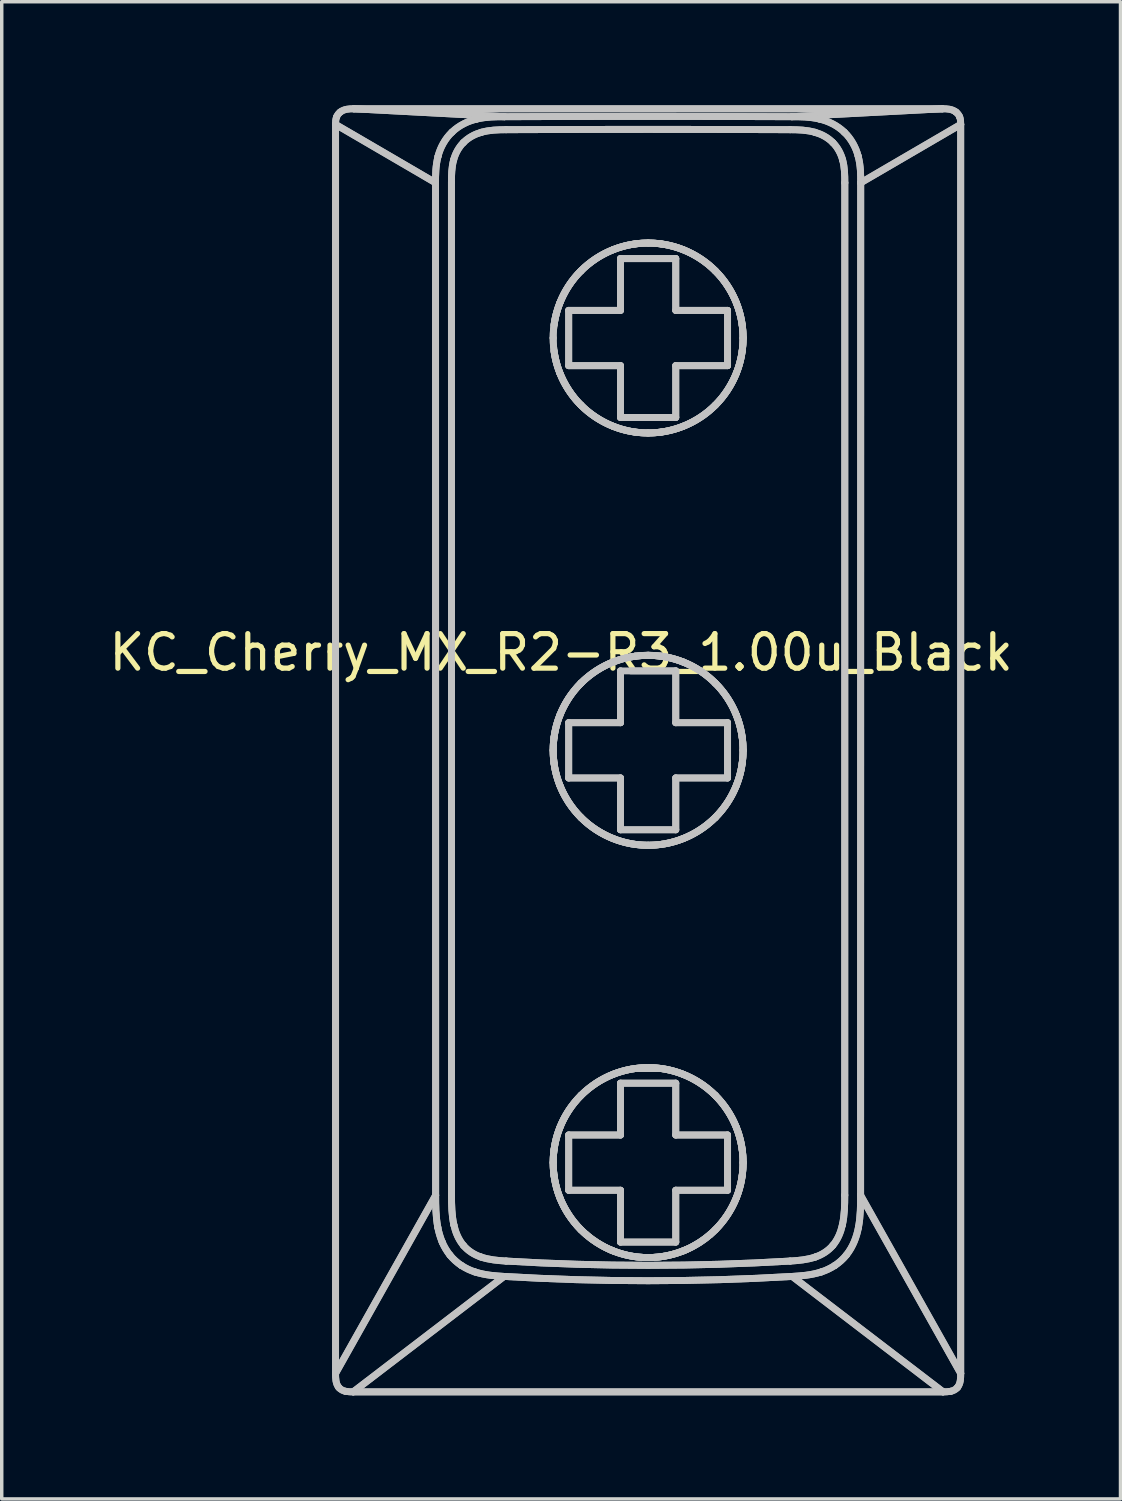
<source format=kicad_pcb>
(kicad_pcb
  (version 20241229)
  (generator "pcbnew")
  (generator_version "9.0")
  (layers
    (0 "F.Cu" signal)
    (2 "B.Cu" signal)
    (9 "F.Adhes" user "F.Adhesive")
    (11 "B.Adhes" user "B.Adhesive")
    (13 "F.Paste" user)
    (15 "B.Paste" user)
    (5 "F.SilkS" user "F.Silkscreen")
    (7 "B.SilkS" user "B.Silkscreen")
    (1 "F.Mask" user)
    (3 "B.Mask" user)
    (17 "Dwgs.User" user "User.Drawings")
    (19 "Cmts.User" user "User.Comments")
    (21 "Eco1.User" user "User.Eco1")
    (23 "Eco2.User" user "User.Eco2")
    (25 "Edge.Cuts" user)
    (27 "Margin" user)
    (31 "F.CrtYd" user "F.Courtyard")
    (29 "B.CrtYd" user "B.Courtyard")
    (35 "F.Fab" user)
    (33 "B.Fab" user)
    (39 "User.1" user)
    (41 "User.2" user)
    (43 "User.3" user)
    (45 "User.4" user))
  (footprint "KC_Cherry_MX_R2-R3_1.00u_Black"
    (layer "F.Cu")
    (at 15.736 18.635)
    (property "Reference" "KC_Cherry_MX_R2-R3_1.00u_Black" (at -2.54 -2.794 0) (layer "F.SilkS") (effects (font (size 1 1) (thickness 0.15))))
    (attr allow_missing_courtyard)
    (fp_line (start -9.07 -18.082) (end -9.07 18.081) (stroke (width 0.2) (type default)) (layer "Dwgs.User"))
    (fp_line (start -9.07 -18.082) (end -9.07 18.081) (stroke (width 0.2) (type default)) (layer "Dwgs.User"))
    (fp_line (start -9.07 -18.082) (end -6.175 -16.393) (stroke (width 0.2) (type default)) (layer "Dwgs.User"))
    (fp_line (start -9.07 -18.082) (end -6.175 -16.393) (stroke (width 0.2) (type default)) (layer "Dwgs.User"))
    (fp_line (start -9.07 18.081) (end -6.172 12.923) (stroke (width 0.2) (type default)) (layer "Dwgs.User"))
    (fp_line (start -9.07 18.081) (end -6.172 12.923) (stroke (width 0.2) (type default)) (layer "Dwgs.User"))
    (fp_line (start -8.56 18.615) (end -4.192 15.273) (stroke (width 0.2) (type default)) (layer "Dwgs.User"))
    (fp_line (start -8.56 18.615) (end -4.192 15.273) (stroke (width 0.2) (type default)) (layer "Dwgs.User"))
    (fp_line (start -8.56 18.615) (end 8.52 18.615) (stroke (width 0.2) (type default)) (layer "Dwgs.User"))
    (fp_line (start -8.56 18.615) (end 8.52 18.615) (stroke (width 0.2) (type default)) (layer "Dwgs.User"))
    (fp_line (start -8.539 -18.535) (end -4.181 -18.306) (stroke (width 0.2) (type default)) (layer "Dwgs.User"))
    (fp_line (start -8.539 -18.535) (end -4.181 -18.306) (stroke (width 0.2) (type default)) (layer "Dwgs.User"))
    (fp_line (start -6.172 12.923) (end -6.175 -16.393) (stroke (width 0.2) (type default)) (layer "Dwgs.User"))
    (fp_line (start -6.172 12.923) (end -6.175 -16.393) (stroke (width 0.2) (type default)) (layer "Dwgs.User"))
    (fp_line (start -5.713 12.921) (end -5.715 -16.395) (stroke (width 0.2) (type default)) (layer "Dwgs.User"))
    (fp_line (start -5.713 12.921) (end -5.715 -16.395) (stroke (width 0.2) (type default)) (layer "Dwgs.User"))
    (fp_line (start -2.32 -12.698) (end -0.82 -12.698) (stroke (width 0.2) (type default)) (layer "Dwgs.User"))
    (fp_line (start -2.32 -12.698) (end -0.82 -12.698) (stroke (width 0.2) (type default)) (layer "Dwgs.User"))
    (fp_line (start -2.32 -11.098) (end -2.32 -12.698) (stroke (width 0.2) (type default)) (layer "Dwgs.User"))
    (fp_line (start -2.32 -11.098) (end -2.32 -12.698) (stroke (width 0.2) (type default)) (layer "Dwgs.User"))
    (fp_line (start -2.32 -0.76) (end -0.82 -0.76) (stroke (width 0.2) (type default)) (layer "Dwgs.User"))
    (fp_line (start -2.32 -0.76) (end -0.82 -0.76) (stroke (width 0.2) (type default)) (layer "Dwgs.User"))
    (fp_line (start -2.32 0.84) (end -2.32 -0.76) (stroke (width 0.2) (type default)) (layer "Dwgs.User"))
    (fp_line (start -2.32 0.84) (end -2.32 -0.76) (stroke (width 0.2) (type default)) (layer "Dwgs.User"))
    (fp_line (start -2.32 11.178) (end -0.82 11.178) (stroke (width 0.2) (type default)) (layer "Dwgs.User"))
    (fp_line (start -2.32 11.178) (end -0.82 11.178) (stroke (width 0.2) (type default)) (layer "Dwgs.User"))
    (fp_line (start -2.32 12.778) (end -2.32 11.178) (stroke (width 0.2) (type default)) (layer "Dwgs.User"))
    (fp_line (start -2.32 12.778) (end -2.32 11.178) (stroke (width 0.2) (type default)) (layer "Dwgs.User"))
    (fp_line (start -0.82 -14.198) (end 0.78 -14.198) (stroke (width 0.2) (type default)) (layer "Dwgs.User"))
    (fp_line (start -0.82 -14.198) (end 0.78 -14.198) (stroke (width 0.2) (type default)) (layer "Dwgs.User"))
    (fp_line (start -0.82 -12.698) (end -0.82 -14.198) (stroke (width 0.2) (type default)) (layer "Dwgs.User"))
    (fp_line (start -0.82 -12.698) (end -0.82 -14.198) (stroke (width 0.2) (type default)) (layer "Dwgs.User"))
    (fp_line (start -0.82 -11.098) (end -2.32 -11.098) (stroke (width 0.2) (type default)) (layer "Dwgs.User"))
    (fp_line (start -0.82 -11.098) (end -2.32 -11.098) (stroke (width 0.2) (type default)) (layer "Dwgs.User"))
    (fp_line (start -0.82 -9.598) (end -0.82 -11.098) (stroke (width 0.2) (type default)) (layer "Dwgs.User"))
    (fp_line (start -0.82 -9.598) (end -0.82 -11.098) (stroke (width 0.2) (type default)) (layer "Dwgs.User"))
    (fp_line (start -0.82 -2.26) (end 0.78 -2.26) (stroke (width 0.2) (type default)) (layer "Dwgs.User"))
    (fp_line (start -0.82 -0.76) (end -0.82 -2.26) (stroke (width 0.2) (type default)) (layer "Dwgs.User"))
    (fp_line (start -0.82 -0.76) (end -0.82 -2.26) (stroke (width 0.2) (type default)) (layer "Dwgs.User"))
    (fp_line (start -0.82 0.84) (end -2.32 0.84) (stroke (width 0.2) (type default)) (layer "Dwgs.User"))
    (fp_line (start -0.82 0.84) (end -2.32 0.84) (stroke (width 0.2) (type default)) (layer "Dwgs.User"))
    (fp_line (start -0.82 2.34) (end -0.82 0.84) (stroke (width 0.2) (type default)) (layer "Dwgs.User"))
    (fp_line (start -0.82 2.34) (end -0.82 0.84) (stroke (width 0.2) (type default)) (layer "Dwgs.User"))
    (fp_line (start -0.82 9.678) (end 0.78 9.678) (stroke (width 0.2) (type default)) (layer "Dwgs.User"))
    (fp_line (start -0.82 9.678) (end 0.78 9.678) (stroke (width 0.2) (type default)) (layer "Dwgs.User"))
    (fp_line (start -0.82 11.178) (end -0.82 9.678) (stroke (width 0.2) (type default)) (layer "Dwgs.User"))
    (fp_line (start -0.82 11.178) (end -0.82 9.678) (stroke (width 0.2) (type default)) (layer "Dwgs.User"))
    (fp_line (start -0.82 12.778) (end -2.32 12.778) (stroke (width 0.2) (type default)) (layer "Dwgs.User"))
    (fp_line (start -0.82 12.778) (end -2.32 12.778) (stroke (width 0.2) (type default)) (layer "Dwgs.User"))
    (fp_line (start -0.82 14.278) (end -0.82 12.778) (stroke (width 0.2) (type default)) (layer "Dwgs.User"))
    (fp_line (start -0.82 14.278) (end -0.82 12.778) (stroke (width 0.2) (type default)) (layer "Dwgs.User"))
    (fp_line (start -0.52 -2.26) (end 0.78 -2.26) (stroke (width 0.2) (type default)) (layer "Dwgs.User"))
    (fp_line (start -0.395 9.253) (end 0.355 9.253) (stroke (width 0.2) (type default)) (layer "Dwgs.User"))
    (fp_line (start 0.78 -14.198) (end 0.78 -12.698) (stroke (width 0.2) (type default)) (layer "Dwgs.User"))
    (fp_line (start 0.78 -14.198) (end 0.78 -12.698) (stroke (width 0.2) (type default)) (layer "Dwgs.User"))
    (fp_line (start 0.78 -12.698) (end 2.28 -12.698) (stroke (width 0.2) (type default)) (layer "Dwgs.User"))
    (fp_line (start 0.78 -12.698) (end 2.28 -12.698) (stroke (width 0.2) (type default)) (layer "Dwgs.User"))
    (fp_line (start 0.78 -11.098) (end 0.78 -9.598) (stroke (width 0.2) (type default)) (layer "Dwgs.User"))
    (fp_line (start 0.78 -11.098) (end 0.78 -9.598) (stroke (width 0.2) (type default)) (layer "Dwgs.User"))
    (fp_line (start 0.78 -9.598) (end -0.82 -9.598) (stroke (width 0.2) (type default)) (layer "Dwgs.User"))
    (fp_line (start 0.78 -9.598) (end -0.82 -9.598) (stroke (width 0.2) (type default)) (layer "Dwgs.User"))
    (fp_line (start 0.78 -2.26) (end 0.78 -0.76) (stroke (width 0.2) (type default)) (layer "Dwgs.User"))
    (fp_line (start 0.78 -2.26) (end 0.78 -0.76) (stroke (width 0.2) (type default)) (layer "Dwgs.User"))
    (fp_line (start 0.78 -0.76) (end 2.28 -0.76) (stroke (width 0.2) (type default)) (layer "Dwgs.User"))
    (fp_line (start 0.78 -0.76) (end 2.28 -0.76) (stroke (width 0.2) (type default)) (layer "Dwgs.User"))
    (fp_line (start 0.78 0.84) (end 0.78 2.34) (stroke (width 0.2) (type default)) (layer "Dwgs.User"))
    (fp_line (start 0.78 0.84) (end 0.78 2.34) (stroke (width 0.2) (type default)) (layer "Dwgs.User"))
    (fp_line (start 0.78 2.34) (end -0.82 2.34) (stroke (width 0.2) (type default)) (layer "Dwgs.User"))
    (fp_line (start 0.78 2.34) (end -0.82 2.34) (stroke (width 0.2) (type default)) (layer "Dwgs.User"))
    (fp_line (start 0.78 9.678) (end 0.78 11.178) (stroke (width 0.2) (type default)) (layer "Dwgs.User"))
    (fp_line (start 0.78 9.678) (end 0.78 11.178) (stroke (width 0.2) (type default)) (layer "Dwgs.User"))
    (fp_line (start 0.78 11.178) (end 2.28 11.178) (stroke (width 0.2) (type default)) (layer "Dwgs.User"))
    (fp_line (start 0.78 11.178) (end 2.28 11.178) (stroke (width 0.2) (type default)) (layer "Dwgs.User"))
    (fp_line (start 0.78 12.778) (end 0.78 14.278) (stroke (width 0.2) (type default)) (layer "Dwgs.User"))
    (fp_line (start 0.78 12.778) (end 0.78 14.278) (stroke (width 0.2) (type default)) (layer "Dwgs.User"))
    (fp_line (start 0.78 14.278) (end -0.82 14.278) (stroke (width 0.2) (type default)) (layer "Dwgs.User"))
    (fp_line (start 0.78 14.278) (end -0.82 14.278) (stroke (width 0.2) (type default)) (layer "Dwgs.User"))
    (fp_line (start 2.28 -12.698) (end 2.28 -11.098) (stroke (width 0.2) (type default)) (layer "Dwgs.User"))
    (fp_line (start 2.28 -12.698) (end 2.28 -11.098) (stroke (width 0.2) (type default)) (layer "Dwgs.User"))
    (fp_line (start 2.28 -11.098) (end 0.78 -11.098) (stroke (width 0.2) (type default)) (layer "Dwgs.User"))
    (fp_line (start 2.28 -11.098) (end 0.78 -11.098) (stroke (width 0.2) (type default)) (layer "Dwgs.User"))
    (fp_line (start 2.28 -0.76) (end 2.28 0.84) (stroke (width 0.2) (type default)) (layer "Dwgs.User"))
    (fp_line (start 2.28 -0.76) (end 2.28 0.84) (stroke (width 0.2) (type default)) (layer "Dwgs.User"))
    (fp_line (start 2.28 0.84) (end 0.78 0.84) (stroke (width 0.2) (type default)) (layer "Dwgs.User"))
    (fp_line (start 2.28 0.84) (end 0.78 0.84) (stroke (width 0.2) (type default)) (layer "Dwgs.User"))
    (fp_line (start 2.28 11.178) (end 2.28 12.778) (stroke (width 0.2) (type default)) (layer "Dwgs.User"))
    (fp_line (start 2.28 11.178) (end 2.28 12.778) (stroke (width 0.2) (type default)) (layer "Dwgs.User"))
    (fp_line (start 2.28 12.778) (end 0.78 12.778) (stroke (width 0.2) (type default)) (layer "Dwgs.User"))
    (fp_line (start 2.28 12.778) (end 0.78 12.778) (stroke (width 0.2) (type default)) (layer "Dwgs.User"))
    (fp_line (start 4.152 15.273) (end 8.52 18.615) (stroke (width 0.2) (type default)) (layer "Dwgs.User"))
    (fp_line (start 4.152 15.273) (end 8.52 18.615) (stroke (width 0.2) (type default)) (layer "Dwgs.User"))
    (fp_line (start 5.675 -16.395) (end 5.673 12.921) (stroke (width 0.2) (type default)) (layer "Dwgs.User"))
    (fp_line (start 5.675 -16.395) (end 5.673 12.921) (stroke (width 0.2) (type default)) (layer "Dwgs.User"))
    (fp_line (start 6.132 12.923) (end 9.03 18.081) (stroke (width 0.2) (type default)) (layer "Dwgs.User"))
    (fp_line (start 6.132 12.923) (end 9.03 18.081) (stroke (width 0.2) (type default)) (layer "Dwgs.User"))
    (fp_line (start 6.135 -16.393) (end 6.132 12.923) (stroke (width 0.2) (type default)) (layer "Dwgs.User"))
    (fp_line (start 6.135 -16.393) (end 6.132 12.923) (stroke (width 0.2) (type default)) (layer "Dwgs.User"))
    (fp_line (start 8.499 -18.535) (end -8.539 -18.535) (stroke (width 0.2) (type default)) (layer "Dwgs.User"))
    (fp_line (start 8.499 -18.535) (end -8.539 -18.535) (stroke (width 0.2) (type default)) (layer "Dwgs.User"))
    (fp_line (start 8.499 -18.535) (end 4.141 -18.306) (stroke (width 0.2) (type default)) (layer "Dwgs.User"))
    (fp_line (start 8.499 -18.535) (end 4.141 -18.306) (stroke (width 0.2) (type default)) (layer "Dwgs.User"))
    (fp_line (start 9.03 -18.082) (end 6.135 -16.393) (stroke (width 0.2) (type default)) (layer "Dwgs.User"))
    (fp_line (start 9.03 -18.082) (end 6.135 -16.393) (stroke (width 0.2) (type default)) (layer "Dwgs.User"))
    (fp_line (start 9.03 18.081) (end 9.03 -18.082) (stroke (width 0.2) (type default)) (layer "Dwgs.User"))
    (fp_line (start 9.03 18.081) (end 9.03 -18.082) (stroke (width 0.2) (type default)) (layer "Dwgs.User"))
    (fp_curve (pts (xy -9.07 18.081) (xy -9.07 18.22) (xy -9.069 18.374) (xy -8.977 18.487)) (stroke (width 0.2) (type default)) (layer "Dwgs.User"))
    (fp_curve (pts (xy -9.07 18.081) (xy -9.07 18.22) (xy -9.069 18.374) (xy -8.977 18.487)) (stroke (width 0.2) (type default)) (layer "Dwgs.User"))
    (fp_curve (pts (xy -9.04 -18.3) (xy -9.068 -18.231) (xy -9.071 -18.155) (xy -9.07 -18.082)) (stroke (width 0.2) (type default)) (layer "Dwgs.User"))
    (fp_curve (pts (xy -9.04 -18.3) (xy -9.068 -18.231) (xy -9.071 -18.155) (xy -9.07 -18.082)) (stroke (width 0.2) (type default)) (layer "Dwgs.User"))
    (fp_curve (pts (xy -8.977 18.487) (xy -8.927 18.548) (xy -8.853 18.584) (xy -8.777 18.6)) (stroke (width 0.2) (type default)) (layer "Dwgs.User"))
    (fp_curve (pts (xy -8.977 18.487) (xy -8.927 18.548) (xy -8.853 18.584) (xy -8.777 18.6)) (stroke (width 0.2) (type default)) (layer "Dwgs.User"))
    (fp_curve (pts (xy -8.934 -18.44) (xy -8.982 -18.403) (xy -9.017 -18.356) (xy -9.04 -18.3)) (stroke (width 0.2) (type default)) (layer "Dwgs.User"))
    (fp_curve (pts (xy -8.934 -18.44) (xy -8.982 -18.403) (xy -9.017 -18.356) (xy -9.04 -18.3)) (stroke (width 0.2) (type default)) (layer "Dwgs.User"))
    (fp_curve (pts (xy -8.777 18.6) (xy -8.705 18.612) (xy -8.633 18.617) (xy -8.56 18.615)) (stroke (width 0.2) (type default)) (layer "Dwgs.User"))
    (fp_curve (pts (xy -8.777 18.6) (xy -8.705 18.612) (xy -8.633 18.617) (xy -8.56 18.615)) (stroke (width 0.2) (type default)) (layer "Dwgs.User"))
    (fp_curve (pts (xy -8.539 -18.535) (xy -8.675 -18.537) (xy -8.823 -18.528) (xy -8.934 -18.44)) (stroke (width 0.2) (type default)) (layer "Dwgs.User"))
    (fp_curve (pts (xy -8.539 -18.535) (xy -8.675 -18.537) (xy -8.823 -18.528) (xy -8.934 -18.44)) (stroke (width 0.2) (type default)) (layer "Dwgs.User"))
    (fp_curve (pts (xy -6.175 -16.393) (xy -6.175 -16.614) (xy -6.177 -16.877) (xy -6.102 -17.162)) (stroke (width 0.2) (type default)) (layer "Dwgs.User"))
    (fp_curve (pts (xy -6.175 -16.393) (xy -6.175 -16.614) (xy -6.177 -16.877) (xy -6.102 -17.162)) (stroke (width 0.2) (type default)) (layer "Dwgs.User"))
    (fp_curve (pts (xy -6.109 13.856) (xy -6.173 13.52) (xy -6.171 13.211) (xy -6.172 12.923)) (stroke (width 0.2) (type default)) (layer "Dwgs.User"))
    (fp_curve (pts (xy -6.109 13.856) (xy -6.173 13.52) (xy -6.171 13.211) (xy -6.172 12.923)) (stroke (width 0.2) (type default)) (layer "Dwgs.User"))
    (fp_curve (pts (xy -6.102 -17.162) (xy -6.038 -17.411) (xy -5.9 -17.669) (xy -5.7 -17.858)) (stroke (width 0.2) (type default)) (layer "Dwgs.User"))
    (fp_curve (pts (xy -6.102 -17.162) (xy -6.038 -17.411) (xy -5.9 -17.669) (xy -5.7 -17.858)) (stroke (width 0.2) (type default)) (layer "Dwgs.User"))
    (fp_curve (pts (xy -5.982 14.28) (xy -6.041 14.136) (xy -6.083 13.994) (xy -6.109 13.856)) (stroke (width 0.2) (type default)) (layer "Dwgs.User"))
    (fp_curve (pts (xy -5.982 14.28) (xy -6.041 14.136) (xy -6.083 13.994) (xy -6.109 13.856)) (stroke (width 0.2) (type default)) (layer "Dwgs.User"))
    (fp_curve (pts (xy -5.757 14.657) (xy -5.853 14.536) (xy -5.927 14.41) (xy -5.982 14.28)) (stroke (width 0.2) (type default)) (layer "Dwgs.User"))
    (fp_curve (pts (xy -5.757 14.657) (xy -5.853 14.536) (xy -5.927 14.41) (xy -5.982 14.28)) (stroke (width 0.2) (type default)) (layer "Dwgs.User"))
    (fp_curve (pts (xy -5.715 -16.395) (xy -5.715 -16.617) (xy -5.71 -16.842) (xy -5.651 -17.056)) (stroke (width 0.2) (type default)) (layer "Dwgs.User"))
    (fp_curve (pts (xy -5.715 -16.395) (xy -5.715 -16.617) (xy -5.71 -16.842) (xy -5.651 -17.056)) (stroke (width 0.2) (type default)) (layer "Dwgs.User"))
    (fp_curve (pts (xy -5.7 -17.858) (xy -5.492 -18.059) (xy -5.234 -18.178) (xy -4.991 -18.236)) (stroke (width 0.2) (type default)) (layer "Dwgs.User"))
    (fp_curve (pts (xy -5.7 -17.858) (xy -5.492 -18.059) (xy -5.234 -18.178) (xy -4.991 -18.236)) (stroke (width 0.2) (type default)) (layer "Dwgs.User"))
    (fp_curve (pts (xy -5.651 -17.056) (xy -5.6 -17.244) (xy -5.504 -17.42) (xy -5.369 -17.556)) (stroke (width 0.2) (type default)) (layer "Dwgs.User"))
    (fp_curve (pts (xy -5.651 -17.056) (xy -5.6 -17.244) (xy -5.504 -17.42) (xy -5.369 -17.556)) (stroke (width 0.2) (type default)) (layer "Dwgs.User"))
    (fp_curve (pts (xy -5.645 13.779) (xy -5.707 13.498) (xy -5.713 13.208) (xy -5.713 12.921)) (stroke (width 0.2) (type default)) (layer "Dwgs.User"))
    (fp_curve (pts (xy -5.645 13.779) (xy -5.707 13.498) (xy -5.713 13.208) (xy -5.713 12.921)) (stroke (width 0.2) (type default)) (layer "Dwgs.User"))
    (fp_curve (pts (xy -5.428 14.955) (xy -5.55 14.875) (xy -5.665 14.771) (xy -5.757 14.657)) (stroke (width 0.2) (type default)) (layer "Dwgs.User"))
    (fp_curve (pts (xy -5.428 14.955) (xy -5.55 14.875) (xy -5.665 14.771) (xy -5.757 14.657)) (stroke (width 0.2) (type default)) (layer "Dwgs.User"))
    (fp_curve (pts (xy -5.369 -17.556) (xy -5.226 -17.701) (xy -5.044 -17.799) (xy -4.851 -17.854)) (stroke (width 0.2) (type default)) (layer "Dwgs.User"))
    (fp_curve (pts (xy -5.369 -17.556) (xy -5.226 -17.701) (xy -5.044 -17.799) (xy -4.851 -17.854)) (stroke (width 0.2) (type default)) (layer "Dwgs.User"))
    (fp_curve (pts (xy -5.366 14.377) (xy -5.51 14.208) (xy -5.597 13.996) (xy -5.645 13.779)) (stroke (width 0.2) (type default)) (layer "Dwgs.User"))
    (fp_curve (pts (xy -5.366 14.377) (xy -5.51 14.208) (xy -5.597 13.996) (xy -5.645 13.779)) (stroke (width 0.2) (type default)) (layer "Dwgs.User"))
    (fp_curve (pts (xy -5.034 15.143) (xy -5.166 15.101) (xy -5.298 15.039) (xy -5.428 14.955)) (stroke (width 0.2) (type default)) (layer "Dwgs.User"))
    (fp_curve (pts (xy -5.034 15.143) (xy -5.166 15.101) (xy -5.298 15.039) (xy -5.428 14.955)) (stroke (width 0.2) (type default)) (layer "Dwgs.User"))
    (fp_curve (pts (xy -4.991 -18.236) (xy -4.698 -18.307) (xy -4.424 -18.305) (xy -4.181 -18.306)) (stroke (width 0.2) (type default)) (layer "Dwgs.User"))
    (fp_curve (pts (xy -4.991 -18.236) (xy -4.698 -18.307) (xy -4.424 -18.305) (xy -4.181 -18.306)) (stroke (width 0.2) (type default)) (layer "Dwgs.User"))
    (fp_curve (pts (xy -4.863 14.71) (xy -5.055 14.645) (xy -5.234 14.533) (xy -5.366 14.377)) (stroke (width 0.2) (type default)) (layer "Dwgs.User"))
    (fp_curve (pts (xy -4.863 14.71) (xy -5.055 14.645) (xy -5.234 14.533) (xy -5.366 14.377)) (stroke (width 0.2) (type default)) (layer "Dwgs.User"))
    (fp_curve (pts (xy -4.851 -17.854) (xy -4.619 -17.921) (xy -4.375 -17.929) (xy -4.134 -17.93)) (stroke (width 0.2) (type default)) (layer "Dwgs.User"))
    (fp_curve (pts (xy -4.851 -17.854) (xy -4.619 -17.921) (xy -4.375 -17.929) (xy -4.134 -17.93)) (stroke (width 0.2) (type default)) (layer "Dwgs.User"))
    (fp_curve (pts (xy -4.192 15.273) (xy -4.443 15.256) (xy -4.724 15.242) (xy -5.034 15.143)) (stroke (width 0.2) (type default)) (layer "Dwgs.User"))
    (fp_curve (pts (xy -4.192 15.273) (xy -4.443 15.256) (xy -4.724 15.242) (xy -5.034 15.143)) (stroke (width 0.2) (type default)) (layer "Dwgs.User"))
    (fp_curve (pts (xy -4.181 -18.306) (xy -1.421 -18.318) (xy 1.381 -18.318) (xy 4.141 -18.306)) (stroke (width 0.2) (type default)) (layer "Dwgs.User"))
    (fp_curve (pts (xy -4.181 -18.306) (xy -1.421 -18.318) (xy 1.381 -18.318) (xy 4.141 -18.306)) (stroke (width 0.2) (type default)) (layer "Dwgs.User"))
    (fp_curve (pts (xy -4.134 -17.93) (xy -1.405 -17.942) (xy 1.365 -17.942) (xy 4.094 -17.93)) (stroke (width 0.2) (type default)) (layer "Dwgs.User"))
    (fp_curve (pts (xy -4.134 -17.93) (xy -1.405 -17.942) (xy 1.365 -17.942) (xy 4.094 -17.93)) (stroke (width 0.2) (type default)) (layer "Dwgs.User"))
    (fp_curve (pts (xy -4.131 14.828) (xy -4.379 14.813) (xy -4.628 14.791) (xy -4.863 14.71)) (stroke (width 0.2) (type default)) (layer "Dwgs.User"))
    (fp_curve (pts (xy -4.131 14.828) (xy -4.379 14.813) (xy -4.628 14.791) (xy -4.863 14.71)) (stroke (width 0.2) (type default)) (layer "Dwgs.User"))
    (fp_curve (pts (xy -2.77 -11.899) (xy -2.77 -11.575) (xy -2.711 -11.225) (xy -2.577 -10.886)) (stroke (width 0.2) (type default)) (layer "Dwgs.User"))
    (fp_curve (pts (xy -2.77 -11.899) (xy -2.77 -11.575) (xy -2.711 -11.225) (xy -2.577 -10.886)) (stroke (width 0.2) (type default)) (layer "Dwgs.User"))
    (fp_curve (pts (xy -2.77 0.039) (xy -2.77 0.363) (xy -2.711 0.713) (xy -2.577 1.052)) (stroke (width 0.2) (type default)) (layer "Dwgs.User"))
    (fp_curve (pts (xy -2.77 0.039) (xy -2.77 0.363) (xy -2.711 0.713) (xy -2.577 1.052)) (stroke (width 0.2) (type default)) (layer "Dwgs.User"))
    (fp_curve (pts (xy -2.77 11.977) (xy -2.77 12.301) (xy -2.711 12.651) (xy -2.577 12.99)) (stroke (width 0.2) (type default)) (layer "Dwgs.User"))
    (fp_curve (pts (xy -2.77 11.977) (xy -2.77 12.301) (xy -2.711 12.651) (xy -2.577 12.99)) (stroke (width 0.2) (type default)) (layer "Dwgs.User"))
    (fp_curve (pts (xy -2.744 0.414) (xy -2.665 1.003) (xy -2.386 1.564) (xy -1.965 1.984)) (stroke (width 0.2) (type default)) (layer "Dwgs.User"))
    (fp_curve (pts (xy -2.744 0.414) (xy -2.665 1.003) (xy -2.386 1.564) (xy -1.965 1.984)) (stroke (width 0.2) (type default)) (layer "Dwgs.User"))
    (fp_curve (pts (xy -2.744 -12.274) (xy -2.664 -12.863) (xy -2.386 -13.424) (xy -1.965 -13.843)) (stroke (width 0.2) (type default)) (layer "Dwgs.User"))
    (fp_curve (pts (xy -2.744 -12.274) (xy -2.664 -12.863) (xy -2.386 -13.424) (xy -1.965 -13.843)) (stroke (width 0.2) (type default)) (layer "Dwgs.User"))
    (fp_curve (pts (xy -2.744 -0.336) (xy -2.779 -0.086) (xy -2.779 0.164) (xy -2.744 0.414)) (stroke (width 0.2) (type default)) (layer "Dwgs.User"))
    (fp_curve (pts (xy -2.744 -0.336) (xy -2.779 -0.086) (xy -2.779 0.164) (xy -2.744 0.414)) (stroke (width 0.2) (type default)) (layer "Dwgs.User"))
    (fp_curve (pts (xy -2.744 11.602) (xy -2.779 11.852) (xy -2.779 12.102) (xy -2.744 12.352)) (stroke (width 0.2) (type default)) (layer "Dwgs.User"))
    (fp_curve (pts (xy -2.744 11.602) (xy -2.779 11.852) (xy -2.779 12.102) (xy -2.744 12.352)) (stroke (width 0.2) (type default)) (layer "Dwgs.User"))
    (fp_curve (pts (xy -2.744 11.602) (xy -2.664 11.013) (xy -2.386 10.452) (xy -1.965 10.033)) (stroke (width 0.2) (type default)) (layer "Dwgs.User"))
    (fp_curve (pts (xy -2.744 11.602) (xy -2.664 11.013) (xy -2.386 10.452) (xy -1.965 10.033)) (stroke (width 0.2) (type default)) (layer "Dwgs.User"))
    (fp_curve (pts (xy -2.577 -12.911) (xy -2.711 -12.572) (xy -2.77 -12.222) (xy -2.77 -11.899)) (stroke (width 0.2) (type default)) (layer "Dwgs.User"))
    (fp_curve (pts (xy -2.577 -12.911) (xy -2.711 -12.572) (xy -2.77 -12.222) (xy -2.77 -11.899)) (stroke (width 0.2) (type default)) (layer "Dwgs.User"))
    (fp_curve (pts (xy -2.577 -10.886) (xy -2.444 -10.548) (xy -2.234 -10.222) (xy -1.965 -9.954)) (stroke (width 0.2) (type default)) (layer "Dwgs.User"))
    (fp_curve (pts (xy -2.577 -10.886) (xy -2.444 -10.548) (xy -2.234 -10.222) (xy -1.965 -9.954)) (stroke (width 0.2) (type default)) (layer "Dwgs.User"))
    (fp_curve (pts (xy -2.577 -0.973) (xy -2.711 -0.634) (xy -2.77 -0.284) (xy -2.77 0.039)) (stroke (width 0.2) (type default)) (layer "Dwgs.User"))
    (fp_curve (pts (xy -2.577 -0.973) (xy -2.711 -0.634) (xy -2.77 -0.284) (xy -2.77 0.039)) (stroke (width 0.2) (type default)) (layer "Dwgs.User"))
    (fp_curve (pts (xy -2.577 1.052) (xy -2.444 1.39) (xy -2.234 1.716) (xy -1.965 1.984)) (stroke (width 0.2) (type default)) (layer "Dwgs.User"))
    (fp_curve (pts (xy -2.577 1.052) (xy -2.444 1.39) (xy -2.234 1.716) (xy -1.965 1.984)) (stroke (width 0.2) (type default)) (layer "Dwgs.User"))
    (fp_curve (pts (xy -2.577 10.965) (xy -2.711 11.304) (xy -2.77 11.654) (xy -2.77 11.977)) (stroke (width 0.2) (type default)) (layer "Dwgs.User"))
    (fp_curve (pts (xy -2.577 10.965) (xy -2.711 11.304) (xy -2.77 11.654) (xy -2.77 11.977)) (stroke (width 0.2) (type default)) (layer "Dwgs.User"))
    (fp_curve (pts (xy -2.577 12.99) (xy -2.444 13.328) (xy -2.234 13.654) (xy -1.965 13.922)) (stroke (width 0.2) (type default)) (layer "Dwgs.User"))
    (fp_curve (pts (xy -2.577 12.99) (xy -2.444 13.328) (xy -2.234 13.654) (xy -1.965 13.922)) (stroke (width 0.2) (type default)) (layer "Dwgs.User"))
    (fp_curve (pts (xy -1.965 -13.843) (xy -2.234 -13.575) (xy -2.444 -13.249) (xy -2.577 -12.911)) (stroke (width 0.2) (type default)) (layer "Dwgs.User"))
    (fp_curve (pts (xy -1.965 -13.843) (xy -2.234 -13.575) (xy -2.444 -13.249) (xy -2.577 -12.911)) (stroke (width 0.2) (type default)) (layer "Dwgs.User"))
    (fp_curve (pts (xy -1.965 -13.843) (xy -1.545 -14.265) (xy -0.984 -14.543) (xy -0.395 -14.623)) (stroke (width 0.2) (type default)) (layer "Dwgs.User"))
    (fp_curve (pts (xy -1.965 -13.843) (xy -1.545 -14.265) (xy -0.984 -14.543) (xy -0.395 -14.623)) (stroke (width 0.2) (type default)) (layer "Dwgs.User"))
    (fp_curve (pts (xy -1.965 -9.954) (xy -2.386 -10.374) (xy -2.665 -10.935) (xy -2.744 -11.524)) (stroke (width 0.2) (type default)) (layer "Dwgs.User"))
    (fp_curve (pts (xy -1.965 -9.954) (xy -2.386 -10.374) (xy -2.665 -10.935) (xy -2.744 -11.524)) (stroke (width 0.2) (type default)) (layer "Dwgs.User"))
    (fp_curve (pts (xy -1.965 -9.954) (xy -1.696 -9.685) (xy -1.371 -9.475) (xy -1.032 -9.342)) (stroke (width 0.2) (type default)) (layer "Dwgs.User"))
    (fp_curve (pts (xy -1.965 -9.954) (xy -1.696 -9.685) (xy -1.371 -9.475) (xy -1.032 -9.342)) (stroke (width 0.2) (type default)) (layer "Dwgs.User"))
    (fp_curve (pts (xy -1.965 -1.905) (xy -2.386 -1.486) (xy -2.664 -0.925) (xy -2.744 -0.336)) (stroke (width 0.2) (type default)) (layer "Dwgs.User"))
    (fp_curve (pts (xy -1.965 -1.905) (xy -2.386 -1.486) (xy -2.664 -0.925) (xy -2.744 -0.336)) (stroke (width 0.2) (type default)) (layer "Dwgs.User"))
    (fp_curve (pts (xy -1.965 -1.905) (xy -2.234 -1.637) (xy -2.444 -1.311) (xy -2.577 -0.973)) (stroke (width 0.2) (type default)) (layer "Dwgs.User"))
    (fp_curve (pts (xy -1.965 -1.905) (xy -2.234 -1.637) (xy -2.444 -1.311) (xy -2.577 -0.973)) (stroke (width 0.2) (type default)) (layer "Dwgs.User"))
    (fp_curve (pts (xy -1.965 1.984) (xy -1.696 2.253) (xy -1.371 2.463) (xy -1.032 2.596)) (stroke (width 0.2) (type default)) (layer "Dwgs.User"))
    (fp_curve (pts (xy -1.965 1.984) (xy -1.696 2.253) (xy -1.371 2.463) (xy -1.032 2.596)) (stroke (width 0.2) (type default)) (layer "Dwgs.User"))
    (fp_curve (pts (xy -1.965 1.984) (xy -1.545 2.406) (xy -0.984 2.684) (xy -0.395 2.764)) (stroke (width 0.2) (type default)) (layer "Dwgs.User"))
    (fp_curve (pts (xy -1.965 1.984) (xy -1.545 2.406) (xy -0.984 2.684) (xy -0.395 2.764)) (stroke (width 0.2) (type default)) (layer "Dwgs.User"))
    (fp_curve (pts (xy -1.965 10.033) (xy -2.234 10.301) (xy -2.444 10.627) (xy -2.577 10.965)) (stroke (width 0.2) (type default)) (layer "Dwgs.User"))
    (fp_curve (pts (xy -1.965 10.033) (xy -2.234 10.301) (xy -2.444 10.627) (xy -2.577 10.965)) (stroke (width 0.2) (type default)) (layer "Dwgs.User"))
    (fp_curve (pts (xy -1.965 10.033) (xy -1.545 9.611) (xy -0.984 9.333) (xy -0.395 9.253)) (stroke (width 0.2) (type default)) (layer "Dwgs.User"))
    (fp_curve (pts (xy -1.965 10.033) (xy -1.545 9.611) (xy -0.984 9.333) (xy -0.395 9.253)) (stroke (width 0.2) (type default)) (layer "Dwgs.User"))
    (fp_curve (pts (xy -1.965 13.922) (xy -1.696 14.191) (xy -1.371 14.401) (xy -1.032 14.534)) (stroke (width 0.2) (type default)) (layer "Dwgs.User"))
    (fp_curve (pts (xy -1.965 13.922) (xy -1.696 14.191) (xy -1.371 14.401) (xy -1.032 14.534)) (stroke (width 0.2) (type default)) (layer "Dwgs.User"))
    (fp_curve (pts (xy -1.815 14.06) (xy -2.32 13.628) (xy -2.656 13.009) (xy -2.744 12.352)) (stroke (width 0.2) (type default)) (layer "Dwgs.User"))
    (fp_curve (pts (xy -1.815 14.06) (xy -2.32 13.628) (xy -2.656 13.009) (xy -2.744 12.352)) (stroke (width 0.2) (type default)) (layer "Dwgs.User"))
    (fp_curve (pts (xy -1.815 14.06) (xy -1.632 14.219) (xy -1.398 14.378) (xy -1.111 14.502)) (stroke (width 0.2) (type default)) (layer "Dwgs.User"))
    (fp_curve (pts (xy -1.815 14.06) (xy -1.632 14.219) (xy -1.398 14.378) (xy -1.111 14.502)) (stroke (width 0.2) (type default)) (layer "Dwgs.User"))
    (fp_curve (pts (xy -1.111 14.502) (xy -0.815 14.63) (xy -0.444 14.727) (xy -0.02 14.727)) (stroke (width 0.2) (type default)) (layer "Dwgs.User"))
    (fp_curve (pts (xy -1.111 14.502) (xy -0.815 14.63) (xy -0.444 14.727) (xy -0.02 14.727)) (stroke (width 0.2) (type default)) (layer "Dwgs.User"))
    (fp_curve (pts (xy -1.032 -14.456) (xy -1.371 -14.322) (xy -1.696 -14.112) (xy -1.965 -13.843)) (stroke (width 0.2) (type default)) (layer "Dwgs.User"))
    (fp_curve (pts (xy -1.032 -14.456) (xy -1.371 -14.322) (xy -1.696 -14.112) (xy -1.965 -13.843)) (stroke (width 0.2) (type default)) (layer "Dwgs.User"))
    (fp_curve (pts (xy -1.032 -9.342) (xy -0.693 -9.207) (xy -0.344 -9.148) (xy -0.02 -9.149)) (stroke (width 0.2) (type default)) (layer "Dwgs.User"))
    (fp_curve (pts (xy -1.032 -9.342) (xy -0.693 -9.207) (xy -0.344 -9.148) (xy -0.02 -9.149)) (stroke (width 0.2) (type default)) (layer "Dwgs.User"))
    (fp_curve (pts (xy -1.032 -2.518) (xy -1.371 -2.384) (xy -1.696 -2.174) (xy -1.965 -1.905)) (stroke (width 0.2) (type default)) (layer "Dwgs.User"))
    (fp_curve (pts (xy -1.032 -2.518) (xy -1.371 -2.384) (xy -1.696 -2.174) (xy -1.965 -1.905)) (stroke (width 0.2) (type default)) (layer "Dwgs.User"))
    (fp_curve (pts (xy -1.032 2.596) (xy -0.693 2.731) (xy -0.344 2.79) (xy -0.02 2.789)) (stroke (width 0.2) (type default)) (layer "Dwgs.User"))
    (fp_curve (pts (xy -1.032 2.596) (xy -0.693 2.731) (xy -0.344 2.79) (xy -0.02 2.789)) (stroke (width 0.2) (type default)) (layer "Dwgs.User"))
    (fp_curve (pts (xy -1.032 9.42) (xy -1.371 9.554) (xy -1.696 9.764) (xy -1.965 10.033)) (stroke (width 0.2) (type default)) (layer "Dwgs.User"))
    (fp_curve (pts (xy -1.032 9.42) (xy -1.371 9.554) (xy -1.696 9.764) (xy -1.965 10.033)) (stroke (width 0.2) (type default)) (layer "Dwgs.User"))
    (fp_curve (pts (xy -1.032 14.534) (xy -0.693 14.669) (xy -0.344 14.728) (xy -0.02 14.727)) (stroke (width 0.2) (type default)) (layer "Dwgs.User"))
    (fp_curve (pts (xy -1.032 14.534) (xy -0.693 14.669) (xy -0.344 14.728) (xy -0.02 14.727)) (stroke (width 0.2) (type default)) (layer "Dwgs.User"))
    (fp_curve (pts (xy -0.395 -14.623) (xy -0.145 -14.657) (xy 0.105 -14.657) (xy 0.355 -14.623)) (stroke (width 0.2) (type default)) (layer "Dwgs.User"))
    (fp_curve (pts (xy -0.395 -14.623) (xy -0.145 -14.657) (xy 0.105 -14.657) (xy 0.355 -14.623)) (stroke (width 0.2) (type default)) (layer "Dwgs.User"))
    (fp_curve (pts (xy -0.395 -9.174) (xy -0.984 -9.254) (xy -1.545 -9.532) (xy -1.965 -9.954)) (stroke (width 0.2) (type default)) (layer "Dwgs.User"))
    (fp_curve (pts (xy -0.395 -9.174) (xy -0.984 -9.254) (xy -1.545 -9.532) (xy -1.965 -9.954)) (stroke (width 0.2) (type default)) (layer "Dwgs.User"))
    (fp_curve (pts (xy -0.395 -2.685) (xy -0.984 -2.605) (xy -1.545 -2.327) (xy -1.965 -1.905)) (stroke (width 0.2) (type default)) (layer "Dwgs.User"))
    (fp_curve (pts (xy -0.395 -2.685) (xy -0.984 -2.605) (xy -1.545 -2.327) (xy -1.965 -1.905)) (stroke (width 0.2) (type default)) (layer "Dwgs.User"))
    (fp_curve (pts (xy -0.395 -2.685) (xy -0.145 -2.719) (xy 0.105 -2.719) (xy 0.355 -2.685)) (stroke (width 0.2) (type default)) (layer "Dwgs.User"))
    (fp_curve (pts (xy -0.395 -2.685) (xy -0.145 -2.719) (xy 0.105 -2.719) (xy 0.355 -2.685)) (stroke (width 0.2) (type default)) (layer "Dwgs.User"))
    (fp_curve (pts (xy -0.395 2.764) (xy -0.145 2.798) (xy 0.105 2.798) (xy 0.355 2.764)) (stroke (width 0.2) (type default)) (layer "Dwgs.User"))
    (fp_curve (pts (xy -0.395 2.764) (xy -0.145 2.798) (xy 0.105 2.798) (xy 0.355 2.764)) (stroke (width 0.2) (type default)) (layer "Dwgs.User"))
    (fp_curve (pts (xy -0.02 -14.649) (xy -0.344 -14.649) (xy -0.693 -14.59) (xy -1.032 -14.456)) (stroke (width 0.2) (type default)) (layer "Dwgs.User"))
    (fp_curve (pts (xy -0.02 -14.649) (xy -0.344 -14.649) (xy -0.693 -14.59) (xy -1.032 -14.456)) (stroke (width 0.2) (type default)) (layer "Dwgs.User"))
    (fp_curve (pts (xy -0.02 -9.149) (xy 0.304 -9.148) (xy 0.653 -9.207) (xy 0.992 -9.342)) (stroke (width 0.2) (type default)) (layer "Dwgs.User"))
    (fp_curve (pts (xy -0.02 -9.149) (xy 0.304 -9.148) (xy 0.653 -9.207) (xy 0.992 -9.342)) (stroke (width 0.2) (type default)) (layer "Dwgs.User"))
    (fp_curve (pts (xy -0.02 -2.711) (xy -0.344 -2.711) (xy -0.693 -2.652) (xy -1.032 -2.518)) (stroke (width 0.2) (type default)) (layer "Dwgs.User"))
    (fp_curve (pts (xy -0.02 -2.711) (xy -0.344 -2.711) (xy -0.693 -2.652) (xy -1.032 -2.518)) (stroke (width 0.2) (type default)) (layer "Dwgs.User"))
    (fp_curve (pts (xy -0.02 2.789) (xy 0.304 2.79) (xy 0.653 2.731) (xy 0.992 2.596)) (stroke (width 0.2) (type default)) (layer "Dwgs.User"))
    (fp_curve (pts (xy -0.02 2.789) (xy 0.304 2.79) (xy 0.653 2.731) (xy 0.992 2.596)) (stroke (width 0.2) (type default)) (layer "Dwgs.User"))
    (fp_curve (pts (xy -0.02 9.227) (xy -0.344 9.227) (xy -0.693 9.286) (xy -1.032 9.42)) (stroke (width 0.2) (type default)) (layer "Dwgs.User"))
    (fp_curve (pts (xy -0.02 9.227) (xy -0.344 9.227) (xy -0.693 9.286) (xy -1.032 9.42)) (stroke (width 0.2) (type default)) (layer "Dwgs.User"))
    (fp_curve (pts (xy -0.02 14.727) (xy 0.304 14.728) (xy 0.653 14.669) (xy 0.992 14.534)) (stroke (width 0.2) (type default)) (layer "Dwgs.User"))
    (fp_curve (pts (xy -0.02 14.727) (xy 0.304 14.728) (xy 0.653 14.669) (xy 0.992 14.534)) (stroke (width 0.2) (type default)) (layer "Dwgs.User"))
    (fp_curve (pts (xy -0.02 14.727) (xy 0.404 14.727) (xy 0.775 14.63) (xy 1.071 14.502)) (stroke (width 0.2) (type default)) (layer "Dwgs.User"))
    (fp_curve (pts (xy -0.02 14.727) (xy 0.404 14.727) (xy 0.775 14.63) (xy 1.071 14.502)) (stroke (width 0.2) (type default)) (layer "Dwgs.User"))
    (fp_curve (pts (xy 0.355 -14.623) (xy 0.944 -14.543) (xy 1.505 -14.265) (xy 1.925 -13.843)) (stroke (width 0.2) (type default)) (layer "Dwgs.User"))
    (fp_curve (pts (xy 0.355 -14.623) (xy 0.944 -14.543) (xy 1.505 -14.265) (xy 1.925 -13.843)) (stroke (width 0.2) (type default)) (layer "Dwgs.User"))
    (fp_curve (pts (xy 0.355 -9.174) (xy 0.105 -9.14) (xy -0.145 -9.14) (xy -0.395 -9.174)) (stroke (width 0.2) (type default)) (layer "Dwgs.User"))
    (fp_curve (pts (xy 0.355 -9.174) (xy 0.105 -9.14) (xy -0.145 -9.14) (xy -0.395 -9.174)) (stroke (width 0.2) (type default)) (layer "Dwgs.User"))
    (fp_curve (pts (xy 0.355 2.764) (xy 0.944 2.684) (xy 1.505 2.406) (xy 1.925 1.984)) (stroke (width 0.2) (type default)) (layer "Dwgs.User"))
    (fp_curve (pts (xy 0.355 2.764) (xy 0.944 2.684) (xy 1.505 2.406) (xy 1.925 1.984)) (stroke (width 0.2) (type default)) (layer "Dwgs.User"))
    (fp_curve (pts (xy 0.355 9.253) (xy 0.105 9.219) (xy -0.145 9.219) (xy -0.395 9.253)) (stroke (width 0.2) (type default)) (layer "Dwgs.User"))
    (fp_curve (pts (xy 0.355 9.253) (xy 0.105 9.219) (xy -0.145 9.219) (xy -0.395 9.253)) (stroke (width 0.2) (type default)) (layer "Dwgs.User"))
    (fp_curve (pts (xy 0.355 9.253) (xy 0.944 9.333) (xy 1.505 9.611) (xy 1.925 10.033)) (stroke (width 0.2) (type default)) (layer "Dwgs.User"))
    (fp_curve (pts (xy 0.355 9.253) (xy 0.944 9.333) (xy 1.505 9.611) (xy 1.925 10.033)) (stroke (width 0.2) (type default)) (layer "Dwgs.User"))
    (fp_curve (pts (xy 0.992 -14.456) (xy 0.653 -14.59) (xy 0.304 -14.649) (xy -0.02 -14.649)) (stroke (width 0.2) (type default)) (layer "Dwgs.User"))
    (fp_curve (pts (xy 0.992 -14.456) (xy 0.653 -14.59) (xy 0.304 -14.649) (xy -0.02 -14.649)) (stroke (width 0.2) (type default)) (layer "Dwgs.User"))
    (fp_curve (pts (xy 0.992 -9.342) (xy 1.331 -9.475) (xy 1.656 -9.685) (xy 1.925 -9.954)) (stroke (width 0.2) (type default)) (layer "Dwgs.User"))
    (fp_curve (pts (xy 0.992 -9.342) (xy 1.331 -9.475) (xy 1.656 -9.685) (xy 1.925 -9.954)) (stroke (width 0.2) (type default)) (layer "Dwgs.User"))
    (fp_curve (pts (xy 0.992 -2.518) (xy 0.653 -2.652) (xy 0.304 -2.711) (xy -0.02 -2.711)) (stroke (width 0.2) (type default)) (layer "Dwgs.User"))
    (fp_curve (pts (xy 0.992 -2.518) (xy 0.653 -2.652) (xy 0.304 -2.711) (xy -0.02 -2.711)) (stroke (width 0.2) (type default)) (layer "Dwgs.User"))
    (fp_curve (pts (xy 0.992 2.596) (xy 1.331 2.463) (xy 1.656 2.253) (xy 1.925 1.984)) (stroke (width 0.2) (type default)) (layer "Dwgs.User"))
    (fp_curve (pts (xy 0.992 2.596) (xy 1.331 2.463) (xy 1.656 2.253) (xy 1.925 1.984)) (stroke (width 0.2) (type default)) (layer "Dwgs.User"))
    (fp_curve (pts (xy 0.992 9.42) (xy 0.653 9.286) (xy 0.304 9.227) (xy -0.02 9.227)) (stroke (width 0.2) (type default)) (layer "Dwgs.User"))
    (fp_curve (pts (xy 0.992 9.42) (xy 0.653 9.286) (xy 0.304 9.227) (xy -0.02 9.227)) (stroke (width 0.2) (type default)) (layer "Dwgs.User"))
    (fp_curve (pts (xy 0.992 14.534) (xy 1.331 14.401) (xy 1.656 14.191) (xy 1.925 13.922)) (stroke (width 0.2) (type default)) (layer "Dwgs.User"))
    (fp_curve (pts (xy 0.992 14.534) (xy 1.331 14.401) (xy 1.656 14.191) (xy 1.925 13.922)) (stroke (width 0.2) (type default)) (layer "Dwgs.User"))
    (fp_curve (pts (xy 1.071 14.502) (xy 1.358 14.378) (xy 1.592 14.219) (xy 1.775 14.06)) (stroke (width 0.2) (type default)) (layer "Dwgs.User"))
    (fp_curve (pts (xy 1.071 14.502) (xy 1.358 14.378) (xy 1.592 14.219) (xy 1.775 14.06)) (stroke (width 0.2) (type default)) (layer "Dwgs.User"))
    (fp_curve (pts (xy 1.925 -13.843) (xy 1.656 -14.112) (xy 1.331 -14.322) (xy 0.992 -14.456)) (stroke (width 0.2) (type default)) (layer "Dwgs.User"))
    (fp_curve (pts (xy 1.925 -13.843) (xy 1.656 -14.112) (xy 1.331 -14.322) (xy 0.992 -14.456)) (stroke (width 0.2) (type default)) (layer "Dwgs.User"))
    (fp_curve (pts (xy 1.925 -13.843) (xy 2.346 -13.424) (xy 2.624 -12.863) (xy 2.704 -12.274)) (stroke (width 0.2) (type default)) (layer "Dwgs.User"))
    (fp_curve (pts (xy 1.925 -13.843) (xy 2.346 -13.424) (xy 2.624 -12.863) (xy 2.704 -12.274)) (stroke (width 0.2) (type default)) (layer "Dwgs.User"))
    (fp_curve (pts (xy 1.925 -9.954) (xy 1.505 -9.532) (xy 0.944 -9.254) (xy 0.355 -9.174)) (stroke (width 0.2) (type default)) (layer "Dwgs.User"))
    (fp_curve (pts (xy 1.925 -9.954) (xy 1.505 -9.532) (xy 0.944 -9.254) (xy 0.355 -9.174)) (stroke (width 0.2) (type default)) (layer "Dwgs.User"))
    (fp_curve (pts (xy 1.925 -9.954) (xy 2.194 -10.222) (xy 2.404 -10.548) (xy 2.537 -10.886)) (stroke (width 0.2) (type default)) (layer "Dwgs.User"))
    (fp_curve (pts (xy 1.925 -9.954) (xy 2.194 -10.222) (xy 2.404 -10.548) (xy 2.537 -10.886)) (stroke (width 0.2) (type default)) (layer "Dwgs.User"))
    (fp_curve (pts (xy 1.925 -1.905) (xy 1.505 -2.327) (xy 0.944 -2.605) (xy 0.355 -2.685)) (stroke (width 0.2) (type default)) (layer "Dwgs.User"))
    (fp_curve (pts (xy 1.925 -1.905) (xy 1.505 -2.327) (xy 0.944 -2.605) (xy 0.355 -2.685)) (stroke (width 0.2) (type default)) (layer "Dwgs.User"))
    (fp_curve (pts (xy 1.925 -1.905) (xy 1.656 -2.174) (xy 1.331 -2.384) (xy 0.992 -2.518)) (stroke (width 0.2) (type default)) (layer "Dwgs.User"))
    (fp_curve (pts (xy 1.925 -1.905) (xy 1.656 -2.174) (xy 1.331 -2.384) (xy 0.992 -2.518)) (stroke (width 0.2) (type default)) (layer "Dwgs.User"))
    (fp_curve (pts (xy 1.925 1.984) (xy 2.194 1.716) (xy 2.404 1.39) (xy 2.537 1.052)) (stroke (width 0.2) (type default)) (layer "Dwgs.User"))
    (fp_curve (pts (xy 1.925 1.984) (xy 2.194 1.716) (xy 2.404 1.39) (xy 2.537 1.052)) (stroke (width 0.2) (type default)) (layer "Dwgs.User"))
    (fp_curve (pts (xy 1.925 1.984) (xy 2.346 1.564) (xy 2.625 1.003) (xy 2.704 0.414)) (stroke (width 0.2) (type default)) (layer "Dwgs.User"))
    (fp_curve (pts (xy 1.925 1.984) (xy 2.346 1.564) (xy 2.625 1.003) (xy 2.704 0.414)) (stroke (width 0.2) (type default)) (layer "Dwgs.User"))
    (fp_curve (pts (xy 1.925 10.033) (xy 1.656 9.764) (xy 1.331 9.554) (xy 0.992 9.42)) (stroke (width 0.2) (type default)) (layer "Dwgs.User"))
    (fp_curve (pts (xy 1.925 10.033) (xy 1.656 9.764) (xy 1.331 9.554) (xy 0.992 9.42)) (stroke (width 0.2) (type default)) (layer "Dwgs.User"))
    (fp_curve (pts (xy 1.925 10.033) (xy 2.346 10.452) (xy 2.624 11.013) (xy 2.704 11.602)) (stroke (width 0.2) (type default)) (layer "Dwgs.User"))
    (fp_curve (pts (xy 1.925 10.033) (xy 2.346 10.452) (xy 2.624 11.013) (xy 2.704 11.602)) (stroke (width 0.2) (type default)) (layer "Dwgs.User"))
    (fp_curve (pts (xy 1.925 13.922) (xy 2.194 13.654) (xy 2.404 13.328) (xy 2.537 12.99)) (stroke (width 0.2) (type default)) (layer "Dwgs.User"))
    (fp_curve (pts (xy 1.925 13.922) (xy 2.194 13.654) (xy 2.404 13.328) (xy 2.537 12.99)) (stroke (width 0.2) (type default)) (layer "Dwgs.User"))
    (fp_curve (pts (xy 2.537 -12.911) (xy 2.404 -13.249) (xy 2.194 -13.575) (xy 1.925 -13.843)) (stroke (width 0.2) (type default)) (layer "Dwgs.User"))
    (fp_curve (pts (xy 2.537 -12.911) (xy 2.404 -13.249) (xy 2.194 -13.575) (xy 1.925 -13.843)) (stroke (width 0.2) (type default)) (layer "Dwgs.User"))
    (fp_curve (pts (xy 2.537 -10.886) (xy 2.671 -11.225) (xy 2.73 -11.575) (xy 2.73 -11.899)) (stroke (width 0.2) (type default)) (layer "Dwgs.User"))
    (fp_curve (pts (xy 2.537 -10.886) (xy 2.671 -11.225) (xy 2.73 -11.575) (xy 2.73 -11.899)) (stroke (width 0.2) (type default)) (layer "Dwgs.User"))
    (fp_curve (pts (xy 2.537 -0.973) (xy 2.404 -1.311) (xy 2.194 -1.637) (xy 1.925 -1.905)) (stroke (width 0.2) (type default)) (layer "Dwgs.User"))
    (fp_curve (pts (xy 2.537 -0.973) (xy 2.404 -1.311) (xy 2.194 -1.637) (xy 1.925 -1.905)) (stroke (width 0.2) (type default)) (layer "Dwgs.User"))
    (fp_curve (pts (xy 2.537 1.052) (xy 2.671 0.713) (xy 2.73 0.363) (xy 2.73 0.039)) (stroke (width 0.2) (type default)) (layer "Dwgs.User"))
    (fp_curve (pts (xy 2.537 1.052) (xy 2.671 0.713) (xy 2.73 0.363) (xy 2.73 0.039)) (stroke (width 0.2) (type default)) (layer "Dwgs.User"))
    (fp_curve (pts (xy 2.537 10.965) (xy 2.404 10.627) (xy 2.194 10.301) (xy 1.925 10.033)) (stroke (width 0.2) (type default)) (layer "Dwgs.User"))
    (fp_curve (pts (xy 2.537 10.965) (xy 2.404 10.627) (xy 2.194 10.301) (xy 1.925 10.033)) (stroke (width 0.2) (type default)) (layer "Dwgs.User"))
    (fp_curve (pts (xy 2.537 12.99) (xy 2.671 12.651) (xy 2.73 12.301) (xy 2.73 11.977)) (stroke (width 0.2) (type default)) (layer "Dwgs.User"))
    (fp_curve (pts (xy 2.537 12.99) (xy 2.671 12.651) (xy 2.73 12.301) (xy 2.73 11.977)) (stroke (width 0.2) (type default)) (layer "Dwgs.User"))
    (fp_curve (pts (xy 2.704 -12.274) (xy 2.721 -12.15) (xy 2.73 -12.024) (xy 2.73 -11.899)) (stroke (width 0.2) (type default)) (layer "Dwgs.User"))
    (fp_curve (pts (xy 2.704 -12.274) (xy 2.721 -12.15) (xy 2.73 -12.024) (xy 2.73 -11.899)) (stroke (width 0.2) (type default)) (layer "Dwgs.User"))
    (fp_curve (pts (xy 2.704 -0.336) (xy 2.624 -0.925) (xy 2.346 -1.486) (xy 1.925 -1.905)) (stroke (width 0.2) (type default)) (layer "Dwgs.User"))
    (fp_curve (pts (xy 2.704 -0.336) (xy 2.624 -0.925) (xy 2.346 -1.486) (xy 1.925 -1.905)) (stroke (width 0.2) (type default)) (layer "Dwgs.User"))
    (fp_curve (pts (xy 2.704 -0.336) (xy 2.721 -0.212) (xy 2.73 -0.086) (xy 2.73 0.039)) (stroke (width 0.2) (type default)) (layer "Dwgs.User"))
    (fp_curve (pts (xy 2.704 -0.336) (xy 2.721 -0.212) (xy 2.73 -0.086) (xy 2.73 0.039)) (stroke (width 0.2) (type default)) (layer "Dwgs.User"))
    (fp_curve (pts (xy 2.704 11.602) (xy 2.721 11.726) (xy 2.73 11.852) (xy 2.73 11.977)) (stroke (width 0.2) (type default)) (layer "Dwgs.User"))
    (fp_curve (pts (xy 2.704 11.602) (xy 2.721 11.726) (xy 2.73 11.852) (xy 2.73 11.977)) (stroke (width 0.2) (type default)) (layer "Dwgs.User"))
    (fp_curve (pts (xy 2.704 -11.524) (xy 2.625 -10.935) (xy 2.346 -10.374) (xy 1.925 -9.954)) (stroke (width 0.2) (type default)) (layer "Dwgs.User"))
    (fp_curve (pts (xy 2.704 -11.524) (xy 2.625 -10.935) (xy 2.346 -10.374) (xy 1.925 -9.954)) (stroke (width 0.2) (type default)) (layer "Dwgs.User"))
    (fp_curve (pts (xy 2.704 12.352) (xy 2.616 13.009) (xy 2.28 13.628) (xy 1.775 14.06)) (stroke (width 0.2) (type default)) (layer "Dwgs.User"))
    (fp_curve (pts (xy 2.704 12.352) (xy 2.616 13.009) (xy 2.28 13.628) (xy 1.775 14.06)) (stroke (width 0.2) (type default)) (layer "Dwgs.User"))
    (fp_curve (pts (xy 2.73 -11.899) (xy 2.73 -12.222) (xy 2.671 -12.572) (xy 2.537 -12.911)) (stroke (width 0.2) (type default)) (layer "Dwgs.User"))
    (fp_curve (pts (xy 2.73 -11.899) (xy 2.73 -12.222) (xy 2.671 -12.572) (xy 2.537 -12.911)) (stroke (width 0.2) (type default)) (layer "Dwgs.User"))
    (fp_curve (pts (xy 2.73 -11.899) (xy 2.73 -11.773) (xy 2.721 -11.648) (xy 2.704 -11.524)) (stroke (width 0.2) (type default)) (layer "Dwgs.User"))
    (fp_curve (pts (xy 2.73 -11.899) (xy 2.73 -11.773) (xy 2.721 -11.648) (xy 2.704 -11.524)) (stroke (width 0.2) (type default)) (layer "Dwgs.User"))
    (fp_curve (pts (xy 2.73 0.039) (xy 2.73 -0.284) (xy 2.671 -0.634) (xy 2.537 -0.973)) (stroke (width 0.2) (type default)) (layer "Dwgs.User"))
    (fp_curve (pts (xy 2.73 0.039) (xy 2.73 -0.284) (xy 2.671 -0.634) (xy 2.537 -0.973)) (stroke (width 0.2) (type default)) (layer "Dwgs.User"))
    (fp_curve (pts (xy 2.73 0.039) (xy 2.73 0.165) (xy 2.721 0.29) (xy 2.704 0.414)) (stroke (width 0.2) (type default)) (layer "Dwgs.User"))
    (fp_curve (pts (xy 2.73 0.039) (xy 2.73 0.165) (xy 2.721 0.29) (xy 2.704 0.414)) (stroke (width 0.2) (type default)) (layer "Dwgs.User"))
    (fp_curve (pts (xy 2.73 11.977) (xy 2.73 11.654) (xy 2.671 11.304) (xy 2.537 10.965)) (stroke (width 0.2) (type default)) (layer "Dwgs.User"))
    (fp_curve (pts (xy 2.73 11.977) (xy 2.73 11.654) (xy 2.671 11.304) (xy 2.537 10.965)) (stroke (width 0.2) (type default)) (layer "Dwgs.User"))
    (fp_curve (pts (xy 2.73 11.977) (xy 2.73 12.103) (xy 2.721 12.228) (xy 2.704 12.352)) (stroke (width 0.2) (type default)) (layer "Dwgs.User"))
    (fp_curve (pts (xy 2.73 11.977) (xy 2.73 12.103) (xy 2.721 12.228) (xy 2.704 12.352)) (stroke (width 0.2) (type default)) (layer "Dwgs.User"))
    (fp_curve (pts (xy 4.091 14.828) (xy 1.367 14.993) (xy -1.407 14.993) (xy -4.131 14.828)) (stroke (width 0.2) (type default)) (layer "Dwgs.User"))
    (fp_curve (pts (xy 4.091 14.828) (xy 1.367 14.993) (xy -1.407 14.993) (xy -4.131 14.828)) (stroke (width 0.2) (type default)) (layer "Dwgs.User"))
    (fp_curve (pts (xy 4.094 -17.93) (xy 4.335 -17.929) (xy 4.579 -17.921) (xy 4.811 -17.854)) (stroke (width 0.2) (type default)) (layer "Dwgs.User"))
    (fp_curve (pts (xy 4.094 -17.93) (xy 4.335 -17.929) (xy 4.579 -17.921) (xy 4.811 -17.854)) (stroke (width 0.2) (type default)) (layer "Dwgs.User"))
    (fp_curve (pts (xy 4.141 -18.306) (xy 4.384 -18.305) (xy 4.658 -18.307) (xy 4.951 -18.236)) (stroke (width 0.2) (type default)) (layer "Dwgs.User"))
    (fp_curve (pts (xy 4.141 -18.306) (xy 4.384 -18.305) (xy 4.658 -18.307) (xy 4.951 -18.236)) (stroke (width 0.2) (type default)) (layer "Dwgs.User"))
    (fp_curve (pts (xy 4.152 15.273) (xy 1.388 15.439) (xy -1.428 15.439) (xy -4.192 15.273)) (stroke (width 0.2) (type default)) (layer "Dwgs.User"))
    (fp_curve (pts (xy 4.152 15.273) (xy 1.388 15.439) (xy -1.428 15.439) (xy -4.192 15.273)) (stroke (width 0.2) (type default)) (layer "Dwgs.User"))
    (fp_curve (pts (xy 4.811 -17.854) (xy 5.004 -17.799) (xy 5.186 -17.701) (xy 5.329 -17.556)) (stroke (width 0.2) (type default)) (layer "Dwgs.User"))
    (fp_curve (pts (xy 4.811 -17.854) (xy 5.004 -17.799) (xy 5.186 -17.701) (xy 5.329 -17.556)) (stroke (width 0.2) (type default)) (layer "Dwgs.User"))
    (fp_curve (pts (xy 4.823 14.71) (xy 4.588 14.791) (xy 4.339 14.813) (xy 4.091 14.828)) (stroke (width 0.2) (type default)) (layer "Dwgs.User"))
    (fp_curve (pts (xy 4.823 14.71) (xy 4.588 14.791) (xy 4.339 14.813) (xy 4.091 14.828)) (stroke (width 0.2) (type default)) (layer "Dwgs.User"))
    (fp_curve (pts (xy 4.951 -18.236) (xy 5.194 -18.178) (xy 5.452 -18.059) (xy 5.66 -17.858)) (stroke (width 0.2) (type default)) (layer "Dwgs.User"))
    (fp_curve (pts (xy 4.951 -18.236) (xy 5.194 -18.178) (xy 5.452 -18.059) (xy 5.66 -17.858)) (stroke (width 0.2) (type default)) (layer "Dwgs.User"))
    (fp_curve (pts (xy 4.994 15.143) (xy 4.684 15.242) (xy 4.403 15.256) (xy 4.152 15.273)) (stroke (width 0.2) (type default)) (layer "Dwgs.User"))
    (fp_curve (pts (xy 4.994 15.143) (xy 4.684 15.242) (xy 4.403 15.256) (xy 4.152 15.273)) (stroke (width 0.2) (type default)) (layer "Dwgs.User"))
    (fp_curve (pts (xy 5.326 14.377) (xy 5.193 14.533) (xy 5.015 14.645) (xy 4.823 14.71)) (stroke (width 0.2) (type default)) (layer "Dwgs.User"))
    (fp_curve (pts (xy 5.326 14.377) (xy 5.193 14.533) (xy 5.015 14.645) (xy 4.823 14.71)) (stroke (width 0.2) (type default)) (layer "Dwgs.User"))
    (fp_curve (pts (xy 5.329 -17.556) (xy 5.464 -17.42) (xy 5.56 -17.244) (xy 5.611 -17.056)) (stroke (width 0.2) (type default)) (layer "Dwgs.User"))
    (fp_curve (pts (xy 5.329 -17.556) (xy 5.464 -17.42) (xy 5.56 -17.244) (xy 5.611 -17.056)) (stroke (width 0.2) (type default)) (layer "Dwgs.User"))
    (fp_curve (pts (xy 5.388 14.955) (xy 5.258 15.039) (xy 5.126 15.101) (xy 4.994 15.143)) (stroke (width 0.2) (type default)) (layer "Dwgs.User"))
    (fp_curve (pts (xy 5.388 14.955) (xy 5.258 15.039) (xy 5.126 15.101) (xy 4.994 15.143)) (stroke (width 0.2) (type default)) (layer "Dwgs.User"))
    (fp_curve (pts (xy 5.605 13.779) (xy 5.557 13.996) (xy 5.47 14.208) (xy 5.326 14.377)) (stroke (width 0.2) (type default)) (layer "Dwgs.User"))
    (fp_curve (pts (xy 5.605 13.779) (xy 5.557 13.996) (xy 5.47 14.208) (xy 5.326 14.377)) (stroke (width 0.2) (type default)) (layer "Dwgs.User"))
    (fp_curve (pts (xy 5.611 -17.056) (xy 5.67 -16.842) (xy 5.675 -16.617) (xy 5.675 -16.395)) (stroke (width 0.2) (type default)) (layer "Dwgs.User"))
    (fp_curve (pts (xy 5.611 -17.056) (xy 5.67 -16.842) (xy 5.675 -16.617) (xy 5.675 -16.395)) (stroke (width 0.2) (type default)) (layer "Dwgs.User"))
    (fp_curve (pts (xy 5.66 -17.858) (xy 5.86 -17.669) (xy 5.998 -17.411) (xy 6.062 -17.162)) (stroke (width 0.2) (type default)) (layer "Dwgs.User"))
    (fp_curve (pts (xy 5.66 -17.858) (xy 5.86 -17.669) (xy 5.998 -17.411) (xy 6.062 -17.162)) (stroke (width 0.2) (type default)) (layer "Dwgs.User"))
    (fp_curve (pts (xy 5.673 12.921) (xy 5.673 13.208) (xy 5.667 13.498) (xy 5.605 13.779)) (stroke (width 0.2) (type default)) (layer "Dwgs.User"))
    (fp_curve (pts (xy 5.673 12.921) (xy 5.673 13.208) (xy 5.667 13.498) (xy 5.605 13.779)) (stroke (width 0.2) (type default)) (layer "Dwgs.User"))
    (fp_curve (pts (xy 5.717 14.657) (xy 5.625 14.771) (xy 5.51 14.875) (xy 5.388 14.955)) (stroke (width 0.2) (type default)) (layer "Dwgs.User"))
    (fp_curve (pts (xy 5.717 14.657) (xy 5.625 14.771) (xy 5.51 14.875) (xy 5.388 14.955)) (stroke (width 0.2) (type default)) (layer "Dwgs.User"))
    (fp_curve (pts (xy 6.062 -17.162) (xy 6.137 -16.877) (xy 6.135 -16.614) (xy 6.135 -16.393)) (stroke (width 0.2) (type default)) (layer "Dwgs.User"))
    (fp_curve (pts (xy 6.062 -17.162) (xy 6.137 -16.877) (xy 6.135 -16.614) (xy 6.135 -16.393)) (stroke (width 0.2) (type default)) (layer "Dwgs.User"))
    (fp_curve (pts (xy 6.069 13.856) (xy 6.019 14.114) (xy 5.923 14.4) (xy 5.717 14.657)) (stroke (width 0.2) (type default)) (layer "Dwgs.User"))
    (fp_curve (pts (xy 6.069 13.856) (xy 6.019 14.114) (xy 5.923 14.4) (xy 5.717 14.657)) (stroke (width 0.2) (type default)) (layer "Dwgs.User"))
    (fp_curve (pts (xy 6.132 12.923) (xy 6.131 13.211) (xy 6.133 13.52) (xy 6.069 13.856)) (stroke (width 0.2) (type default)) (layer "Dwgs.User"))
    (fp_curve (pts (xy 6.132 12.923) (xy 6.131 13.211) (xy 6.133 13.52) (xy 6.069 13.856)) (stroke (width 0.2) (type default)) (layer "Dwgs.User"))
    (fp_curve (pts (xy 8.52 18.615) (xy 8.593 18.617) (xy 8.665 18.612) (xy 8.737 18.6)) (stroke (width 0.2) (type default)) (layer "Dwgs.User"))
    (fp_curve (pts (xy 8.52 18.615) (xy 8.593 18.617) (xy 8.665 18.612) (xy 8.737 18.6)) (stroke (width 0.2) (type default)) (layer "Dwgs.User"))
    (fp_curve (pts (xy 8.737 18.6) (xy 8.813 18.584) (xy 8.887 18.548) (xy 8.937 18.487)) (stroke (width 0.2) (type default)) (layer "Dwgs.User"))
    (fp_curve (pts (xy 8.737 18.6) (xy 8.813 18.584) (xy 8.887 18.548) (xy 8.937 18.487)) (stroke (width 0.2) (type default)) (layer "Dwgs.User"))
    (fp_curve (pts (xy 8.894 -18.44) (xy 8.783 -18.528) (xy 8.635 -18.537) (xy 8.499 -18.535)) (stroke (width 0.2) (type default)) (layer "Dwgs.User"))
    (fp_curve (pts (xy 8.894 -18.44) (xy 8.783 -18.528) (xy 8.635 -18.537) (xy 8.499 -18.535)) (stroke (width 0.2) (type default)) (layer "Dwgs.User"))
    (fp_curve (pts (xy 8.937 18.487) (xy 9.029 18.374) (xy 9.03 18.22) (xy 9.03 18.081)) (stroke (width 0.2) (type default)) (layer "Dwgs.User"))
    (fp_curve (pts (xy 8.937 18.487) (xy 9.029 18.374) (xy 9.03 18.22) (xy 9.03 18.081)) (stroke (width 0.2) (type default)) (layer "Dwgs.User"))
    (fp_curve (pts (xy 9 -18.3) (xy 8.977 -18.356) (xy 8.942 -18.403) (xy 8.894 -18.44)) (stroke (width 0.2) (type default)) (layer "Dwgs.User"))
    (fp_curve (pts (xy 9 -18.3) (xy 8.977 -18.356) (xy 8.942 -18.403) (xy 8.894 -18.44)) (stroke (width 0.2) (type default)) (layer "Dwgs.User"))
    (fp_curve (pts (xy 9.03 -18.082) (xy 9.031 -18.155) (xy 9.028 -18.231) (xy 9 -18.3)) (stroke (width 0.2) (type default)) (layer "Dwgs.User"))
    (fp_curve (pts (xy 9.03 -18.082) (xy 9.031 -18.155) (xy 9.028 -18.231) (xy 9 -18.3)) (stroke (width 0.2) (type default)) (layer "Dwgs.User")))
  (gr_rect
    (start -3 -3)
    (end 29.393 40.35)
    (stroke (width 0.1) (type default))
    (fill no)
    (layer "Edge.Cuts")))
</source>
